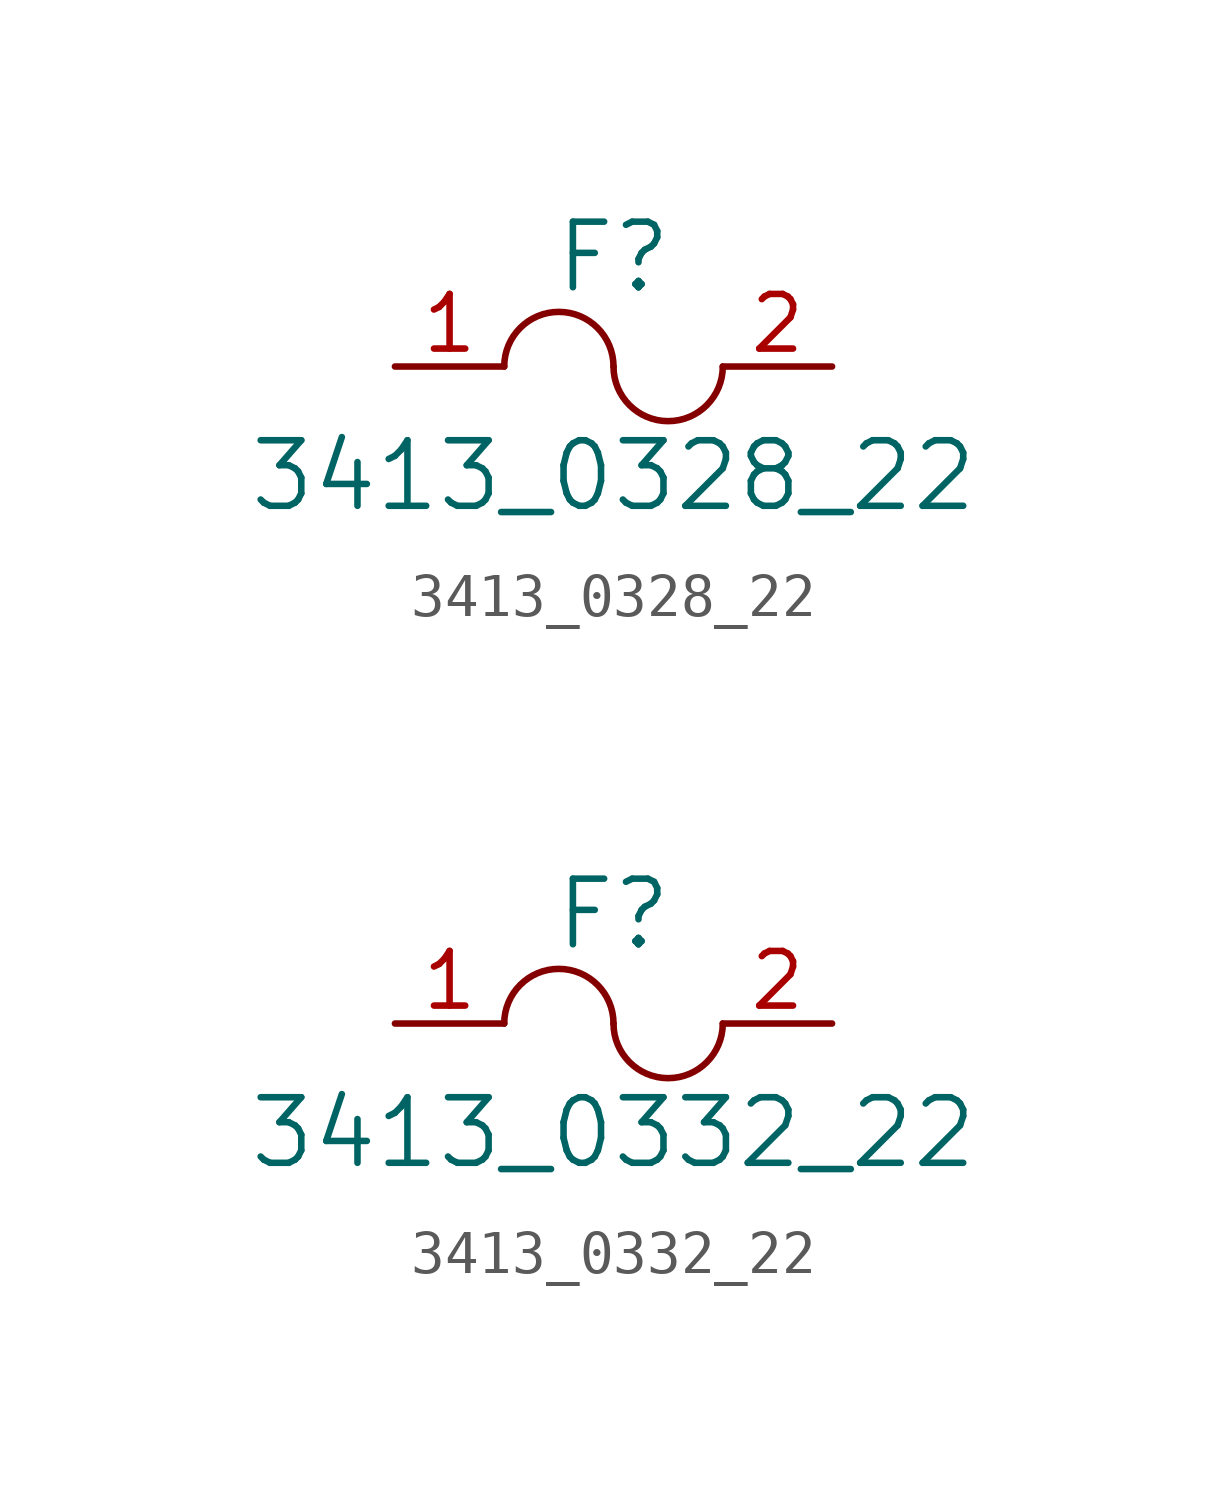
<source format=kicad_sym>
(kicad_symbol_lib
  (version 20220914)
  (generator kicad_symbol_editor)
  (symbol "3413_0328_22"
    (pin_names
      (offset 1.016))
    (property "Reference" "F"
      (at 0 2.54 0)
      (effects (font (size 1.524 1.524))))
    (property "Value" "3413_0328_22"
      (at 0 -2.54 0)
      (effects (font (size 1.524 1.524))))
    (symbol "3413_0328_22_0_1"
      (arc (start 0 0) (mid -1.27 1.2645) (end -2.54 0) (stroke (width 0) (type solid)) (fill (type none)))
      (arc (start 0 0) (mid 1.27 -1.2645) (end 2.54 0) (stroke (width 0) (type solid)) (fill (type none))))
    (symbol "3413_0328_22_1_1"
      (pin output line (at -5.08 0 0) (length 2.54) (name "~" (effects (font (size 1.27 1.27)))) (number "1" (effects (font (size 1.27 1.27)))))
      (pin output line (at 5.08 0 180) (length 2.54) (name "~" (effects (font (size 1.27 1.27)))) (number "2" (effects (font (size 1.27 1.27)))))))
  (symbol "3413_0332_22"
    (pin_names
      (offset 1.016))
    (property "Reference" "F"
      (at 0 2.54 0)
      (effects (font (size 1.524 1.524))))
    (property "Value" "3413_0332_22"
      (at 0 -2.54 0)
      (effects (font (size 1.524 1.524))))
    (symbol "3413_0332_22_0_1"
      (arc (start 0 0) (mid -1.27 1.2645) (end -2.54 0) (stroke (width 0) (type solid)) (fill (type none)))
      (arc (start 0 0) (mid 1.27 -1.2645) (end 2.54 0) (stroke (width 0) (type solid)) (fill (type none))))
    (symbol "3413_0332_22_1_1"
      (pin output line (at -5.08 0 0) (length 2.54) (name "~" (effects (font (size 1.27 1.27)))) (number "1" (effects (font (size 1.27 1.27)))))
      (pin output line (at 5.08 0 180) (length 2.54) (name "~" (effects (font (size 1.27 1.27)))) (number "2" (effects (font (size 1.27 1.27))))))))
</source>
